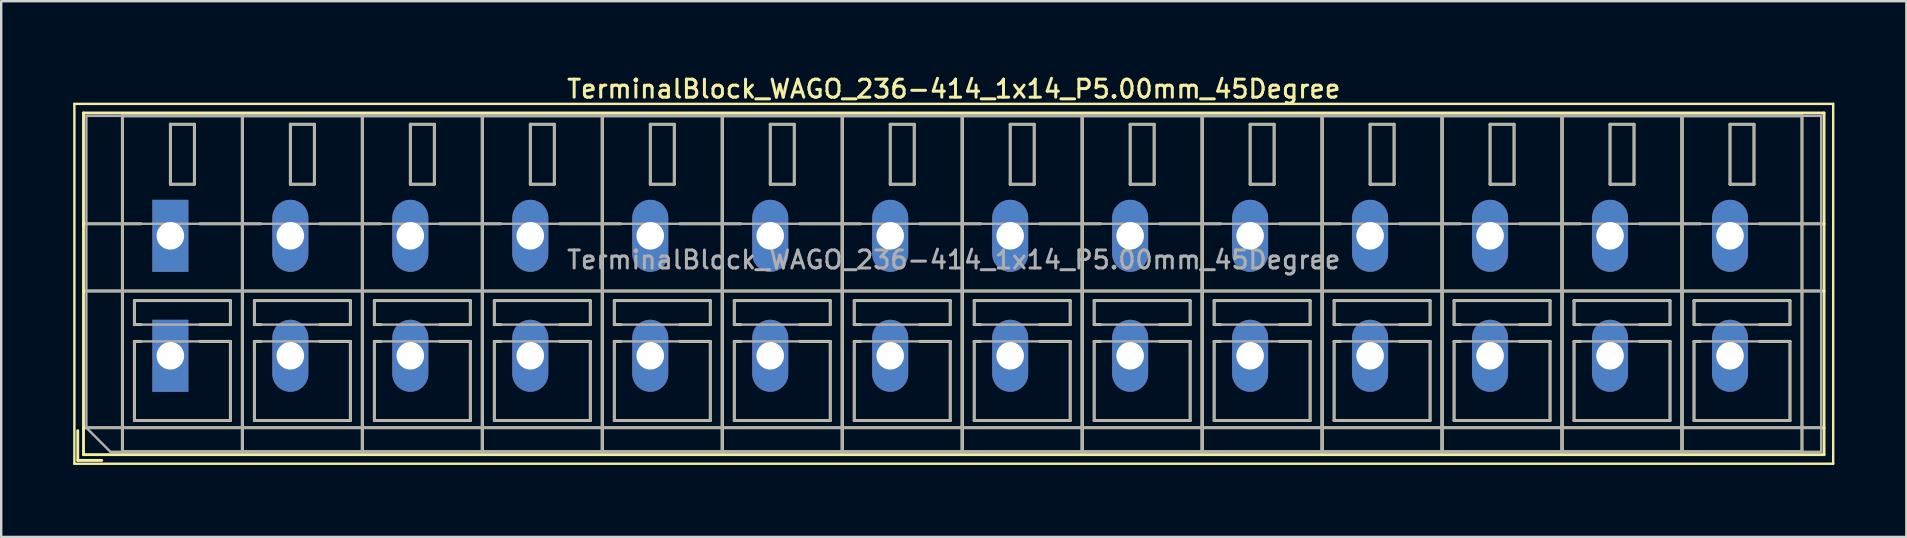
<source format=kicad_pcb>
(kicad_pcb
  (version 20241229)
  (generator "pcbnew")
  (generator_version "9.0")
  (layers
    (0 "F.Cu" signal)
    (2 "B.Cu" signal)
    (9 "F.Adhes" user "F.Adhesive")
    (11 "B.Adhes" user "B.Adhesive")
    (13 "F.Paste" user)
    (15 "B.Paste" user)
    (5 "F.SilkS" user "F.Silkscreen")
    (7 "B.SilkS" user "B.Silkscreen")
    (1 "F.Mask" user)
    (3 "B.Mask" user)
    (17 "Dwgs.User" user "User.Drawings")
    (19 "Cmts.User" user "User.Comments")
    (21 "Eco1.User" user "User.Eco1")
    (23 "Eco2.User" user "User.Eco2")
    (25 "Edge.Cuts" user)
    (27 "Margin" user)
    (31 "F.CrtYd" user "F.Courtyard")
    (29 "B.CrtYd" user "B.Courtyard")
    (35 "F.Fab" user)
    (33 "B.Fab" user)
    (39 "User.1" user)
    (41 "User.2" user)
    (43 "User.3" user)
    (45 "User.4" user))
  (footprint "TerminalBlock_WAGO_236-414_1x14_P5.00mm_45Degree"
    (layer "F.Cu")
    (at 4.05 6.778)
    (property "Reference" "TerminalBlock_WAGO_236-414_1x14_P5.00mm_45Degree" (at 32.65 -6.12 0) (layer "F.SilkS") (effects (font (size 0.75 0.75) (thickness 0.125))))
    (attr through_hole)
    (fp_line (start -4 -5.5) (end -4 9.5) (stroke (width 0.1) (type solid)) (layer "F.SilkS"))
    (fp_line (start -4 9.5) (end 69.3 9.5) (stroke (width 0.1) (type solid)) (layer "F.SilkS"))
    (fp_line (start -3.86 8.12) (end -3.86 9.36) (stroke (width 0.12) (type solid)) (layer "F.SilkS"))
    (fp_line (start -3.86 9.36) (end -2.86 9.36) (stroke (width 0.12) (type solid)) (layer "F.SilkS"))
    (fp_line (start -3.62 -5.12) (end -3.62 9.12) (stroke (width 0.12) (type solid)) (layer "F.SilkS"))
    (fp_line (start -3.62 -5.12) (end 68.92 -5.12) (stroke (width 0.12) (type solid)) (layer "F.SilkS"))
    (fp_line (start -3.62 -0.5) (end -1.23 -0.5) (stroke (width 0.12) (type solid)) (layer "F.SilkS"))
    (fp_line (start -3.62 2.3) (end 68.92 2.3) (stroke (width 0.12) (type solid)) (layer "F.SilkS"))
    (fp_line (start -3.62 8) (end 68.92 8) (stroke (width 0.12) (type solid)) (layer "F.SilkS"))
    (fp_line (start -3.62 9.12) (end 68.92 9.12) (stroke (width 0.12) (type solid)) (layer "F.SilkS"))
    (fp_line (start -2 -5) (end -2 9) (stroke (width 0.12) (type solid)) (layer "F.SilkS"))
    (fp_line (start -2 -5) (end 3 -5) (stroke (width 0.12) (type solid)) (layer "F.SilkS"))
    (fp_line (start -2 9) (end 3 9) (stroke (width 0.12) (type solid)) (layer "F.SilkS"))
    (fp_line (start -1.5 2.7) (end -1.5 3.7) (stroke (width 0.12) (type solid)) (layer "F.SilkS"))
    (fp_line (start -1.5 2.7) (end 2.5 2.7) (stroke (width 0.12) (type solid)) (layer "F.SilkS"))
    (fp_line (start -1.5 3.7) (end -1.23 3.7) (stroke (width 0.12) (type solid)) (layer "F.SilkS"))
    (fp_line (start -1.5 4.4) (end -1.5 7.7) (stroke (width 0.12) (type solid)) (layer "F.SilkS"))
    (fp_line (start -1.5 4.4) (end -1.23 4.4) (stroke (width 0.12) (type solid)) (layer "F.SilkS"))
    (fp_line (start -1.5 7.7) (end 2.5 7.7) (stroke (width 0.12) (type solid)) (layer "F.SilkS"))
    (fp_line (start 0 -4.65) (end 0 -2.151) (stroke (width 0.12) (type solid)) (layer "F.SilkS"))
    (fp_line (start 0 -4.65) (end 1 -4.65) (stroke (width 0.12) (type solid)) (layer "F.SilkS"))
    (fp_line (start 0 -2.151) (end 1 -2.151) (stroke (width 0.12) (type solid)) (layer "F.SilkS"))
    (fp_line (start 1 -4.65) (end 1 -2.151) (stroke (width 0.12) (type solid)) (layer "F.SilkS"))
    (fp_line (start 1.23 -0.5) (end 3.77 -0.5) (stroke (width 0.12) (type solid)) (layer "F.SilkS"))
    (fp_line (start 1.23 3.7) (end 2.5 3.7) (stroke (width 0.12) (type solid)) (layer "F.SilkS"))
    (fp_line (start 1.23 4.4) (end 2.5 4.4) (stroke (width 0.12) (type solid)) (layer "F.SilkS"))
    (fp_line (start 2.5 2.7) (end 2.5 3.7) (stroke (width 0.12) (type solid)) (layer "F.SilkS"))
    (fp_line (start 2.5 4.4) (end 2.5 7.7) (stroke (width 0.12) (type solid)) (layer "F.SilkS"))
    (fp_line (start 3 -5) (end 3 9) (stroke (width 0.12) (type solid)) (layer "F.SilkS"))
    (fp_line (start 3 -5) (end 3 9) (stroke (width 0.12) (type solid)) (layer "F.SilkS"))
    (fp_line (start 3 -5) (end 8 -5) (stroke (width 0.12) (type solid)) (layer "F.SilkS"))
    (fp_line (start 3 9) (end 8 9) (stroke (width 0.12) (type solid)) (layer "F.SilkS"))
    (fp_line (start 3.5 2.7) (end 3.5 3.7) (stroke (width 0.12) (type solid)) (layer "F.SilkS"))
    (fp_line (start 3.5 2.7) (end 7.5 2.7) (stroke (width 0.12) (type solid)) (layer "F.SilkS"))
    (fp_line (start 3.5 3.7) (end 3.77 3.7) (stroke (width 0.12) (type solid)) (layer "F.SilkS"))
    (fp_line (start 3.5 4.4) (end 3.5 7.7) (stroke (width 0.12) (type solid)) (layer "F.SilkS"))
    (fp_line (start 3.5 4.4) (end 3.77 4.4) (stroke (width 0.12) (type solid)) (layer "F.SilkS"))
    (fp_line (start 3.5 7.7) (end 7.5 7.7) (stroke (width 0.12) (type solid)) (layer "F.SilkS"))
    (fp_line (start 5 -4.65) (end 5 -2.151) (stroke (width 0.12) (type solid)) (layer "F.SilkS"))
    (fp_line (start 5 -4.65) (end 6 -4.65) (stroke (width 0.12) (type solid)) (layer "F.SilkS"))
    (fp_line (start 5 -2.151) (end 6 -2.151) (stroke (width 0.12) (type solid)) (layer "F.SilkS"))
    (fp_line (start 6 -4.65) (end 6 -2.151) (stroke (width 0.12) (type solid)) (layer "F.SilkS"))
    (fp_line (start 6.23 -0.5) (end 8.77 -0.5) (stroke (width 0.12) (type solid)) (layer "F.SilkS"))
    (fp_line (start 6.23 3.7) (end 7.5 3.7) (stroke (width 0.12) (type solid)) (layer "F.SilkS"))
    (fp_line (start 6.23 4.4) (end 7.5 4.4) (stroke (width 0.12) (type solid)) (layer "F.SilkS"))
    (fp_line (start 7.5 2.7) (end 7.5 3.7) (stroke (width 0.12) (type solid)) (layer "F.SilkS"))
    (fp_line (start 7.5 4.4) (end 7.5 7.7) (stroke (width 0.12) (type solid)) (layer "F.SilkS"))
    (fp_line (start 8 -5) (end 8 9) (stroke (width 0.12) (type solid)) (layer "F.SilkS"))
    (fp_line (start 8 -5) (end 8 9) (stroke (width 0.12) (type solid)) (layer "F.SilkS"))
    (fp_line (start 8 -5) (end 13 -5) (stroke (width 0.12) (type solid)) (layer "F.SilkS"))
    (fp_line (start 8 9) (end 13 9) (stroke (width 0.12) (type solid)) (layer "F.SilkS"))
    (fp_line (start 8.5 2.7) (end 8.5 3.7) (stroke (width 0.12) (type solid)) (layer "F.SilkS"))
    (fp_line (start 8.5 2.7) (end 12.5 2.7) (stroke (width 0.12) (type solid)) (layer "F.SilkS"))
    (fp_line (start 8.5 3.7) (end 8.77 3.7) (stroke (width 0.12) (type solid)) (layer "F.SilkS"))
    (fp_line (start 8.5 4.4) (end 8.5 7.7) (stroke (width 0.12) (type solid)) (layer "F.SilkS"))
    (fp_line (start 8.5 4.4) (end 8.77 4.4) (stroke (width 0.12) (type solid)) (layer "F.SilkS"))
    (fp_line (start 8.5 7.7) (end 12.5 7.7) (stroke (width 0.12) (type solid)) (layer "F.SilkS"))
    (fp_line (start 10 -4.65) (end 10 -2.151) (stroke (width 0.12) (type solid)) (layer "F.SilkS"))
    (fp_line (start 10 -4.65) (end 11 -4.65) (stroke (width 0.12) (type solid)) (layer "F.SilkS"))
    (fp_line (start 10 -2.151) (end 11 -2.151) (stroke (width 0.12) (type solid)) (layer "F.SilkS"))
    (fp_line (start 11 -4.65) (end 11 -2.151) (stroke (width 0.12) (type solid)) (layer "F.SilkS"))
    (fp_line (start 11.23 -0.5) (end 13.77 -0.5) (stroke (width 0.12) (type solid)) (layer "F.SilkS"))
    (fp_line (start 11.23 3.7) (end 12.5 3.7) (stroke (width 0.12) (type solid)) (layer "F.SilkS"))
    (fp_line (start 11.23 4.4) (end 12.5 4.4) (stroke (width 0.12) (type solid)) (layer "F.SilkS"))
    (fp_line (start 12.5 2.7) (end 12.5 3.7) (stroke (width 0.12) (type solid)) (layer "F.SilkS"))
    (fp_line (start 12.5 4.4) (end 12.5 7.7) (stroke (width 0.12) (type solid)) (layer "F.SilkS"))
    (fp_line (start 13 -5) (end 13 9) (stroke (width 0.12) (type solid)) (layer "F.SilkS"))
    (fp_line (start 13 -5) (end 13 9) (stroke (width 0.12) (type solid)) (layer "F.SilkS"))
    (fp_line (start 13 -5) (end 18 -5) (stroke (width 0.12) (type solid)) (layer "F.SilkS"))
    (fp_line (start 13 9) (end 18 9) (stroke (width 0.12) (type solid)) (layer "F.SilkS"))
    (fp_line (start 13.5 2.7) (end 13.5 3.7) (stroke (width 0.12) (type solid)) (layer "F.SilkS"))
    (fp_line (start 13.5 2.7) (end 17.5 2.7) (stroke (width 0.12) (type solid)) (layer "F.SilkS"))
    (fp_line (start 13.5 3.7) (end 13.77 3.7) (stroke (width 0.12) (type solid)) (layer "F.SilkS"))
    (fp_line (start 13.5 4.4) (end 13.5 7.7) (stroke (width 0.12) (type solid)) (layer "F.SilkS"))
    (fp_line (start 13.5 4.4) (end 13.77 4.4) (stroke (width 0.12) (type solid)) (layer "F.SilkS"))
    (fp_line (start 13.5 7.7) (end 17.5 7.7) (stroke (width 0.12) (type solid)) (layer "F.SilkS"))
    (fp_line (start 15 -4.65) (end 15 -2.151) (stroke (width 0.12) (type solid)) (layer "F.SilkS"))
    (fp_line (start 15 -4.65) (end 16 -4.65) (stroke (width 0.12) (type solid)) (layer "F.SilkS"))
    (fp_line (start 15 -2.151) (end 16 -2.151) (stroke (width 0.12) (type solid)) (layer "F.SilkS"))
    (fp_line (start 16 -4.65) (end 16 -2.151) (stroke (width 0.12) (type solid)) (layer "F.SilkS"))
    (fp_line (start 16.23 -0.5) (end 18.77 -0.5) (stroke (width 0.12) (type solid)) (layer "F.SilkS"))
    (fp_line (start 16.23 3.7) (end 17.5 3.7) (stroke (width 0.12) (type solid)) (layer "F.SilkS"))
    (fp_line (start 16.23 4.4) (end 17.5 4.4) (stroke (width 0.12) (type solid)) (layer "F.SilkS"))
    (fp_line (start 17.5 2.7) (end 17.5 3.7) (stroke (width 0.12) (type solid)) (layer "F.SilkS"))
    (fp_line (start 17.5 4.4) (end 17.5 7.7) (stroke (width 0.12) (type solid)) (layer "F.SilkS"))
    (fp_line (start 18 -5) (end 18 9) (stroke (width 0.12) (type solid)) (layer "F.SilkS"))
    (fp_line (start 18 -5) (end 18 9) (stroke (width 0.12) (type solid)) (layer "F.SilkS"))
    (fp_line (start 18 -5) (end 23 -5) (stroke (width 0.12) (type solid)) (layer "F.SilkS"))
    (fp_line (start 18 9) (end 23 9) (stroke (width 0.12) (type solid)) (layer "F.SilkS"))
    (fp_line (start 18.5 2.7) (end 18.5 3.7) (stroke (width 0.12) (type solid)) (layer "F.SilkS"))
    (fp_line (start 18.5 2.7) (end 22.5 2.7) (stroke (width 0.12) (type solid)) (layer "F.SilkS"))
    (fp_line (start 18.5 3.7) (end 18.77 3.7) (stroke (width 0.12) (type solid)) (layer "F.SilkS"))
    (fp_line (start 18.5 4.4) (end 18.5 7.7) (stroke (width 0.12) (type solid)) (layer "F.SilkS"))
    (fp_line (start 18.5 4.4) (end 18.77 4.4) (stroke (width 0.12) (type solid)) (layer "F.SilkS"))
    (fp_line (start 18.5 7.7) (end 22.5 7.7) (stroke (width 0.12) (type solid)) (layer "F.SilkS"))
    (fp_line (start 20 -4.65) (end 20 -2.151) (stroke (width 0.12) (type solid)) (layer "F.SilkS"))
    (fp_line (start 20 -4.65) (end 21 -4.65) (stroke (width 0.12) (type solid)) (layer "F.SilkS"))
    (fp_line (start 20 -2.151) (end 21 -2.151) (stroke (width 0.12) (type solid)) (layer "F.SilkS"))
    (fp_line (start 21 -4.65) (end 21 -2.151) (stroke (width 0.12) (type solid)) (layer "F.SilkS"))
    (fp_line (start 21.23 -0.5) (end 23.77 -0.5) (stroke (width 0.12) (type solid)) (layer "F.SilkS"))
    (fp_line (start 21.23 3.7) (end 22.5 3.7) (stroke (width 0.12) (type solid)) (layer "F.SilkS"))
    (fp_line (start 21.23 4.4) (end 22.5 4.4) (stroke (width 0.12) (type solid)) (layer "F.SilkS"))
    (fp_line (start 22.5 2.7) (end 22.5 3.7) (stroke (width 0.12) (type solid)) (layer "F.SilkS"))
    (fp_line (start 22.5 4.4) (end 22.5 7.7) (stroke (width 0.12) (type solid)) (layer "F.SilkS"))
    (fp_line (start 23 -5) (end 23 9) (stroke (width 0.12) (type solid)) (layer "F.SilkS"))
    (fp_line (start 23 -5) (end 23 9) (stroke (width 0.12) (type solid)) (layer "F.SilkS"))
    (fp_line (start 23 -5) (end 28 -5) (stroke (width 0.12) (type solid)) (layer "F.SilkS"))
    (fp_line (start 23 9) (end 28 9) (stroke (width 0.12) (type solid)) (layer "F.SilkS"))
    (fp_line (start 23.5 2.7) (end 23.5 3.7) (stroke (width 0.12) (type solid)) (layer "F.SilkS"))
    (fp_line (start 23.5 2.7) (end 27.5 2.7) (stroke (width 0.12) (type solid)) (layer "F.SilkS"))
    (fp_line (start 23.5 3.7) (end 23.77 3.7) (stroke (width 0.12) (type solid)) (layer "F.SilkS"))
    (fp_line (start 23.5 4.4) (end 23.5 7.7) (stroke (width 0.12) (type solid)) (layer "F.SilkS"))
    (fp_line (start 23.5 4.4) (end 23.77 4.4) (stroke (width 0.12) (type solid)) (layer "F.SilkS"))
    (fp_line (start 23.5 7.7) (end 27.5 7.7) (stroke (width 0.12) (type solid)) (layer "F.SilkS"))
    (fp_line (start 25 -4.65) (end 25 -2.151) (stroke (width 0.12) (type solid)) (layer "F.SilkS"))
    (fp_line (start 25 -4.65) (end 26 -4.65) (stroke (width 0.12) (type solid)) (layer "F.SilkS"))
    (fp_line (start 25 -2.151) (end 26 -2.151) (stroke (width 0.12) (type solid)) (layer "F.SilkS"))
    (fp_line (start 26 -4.65) (end 26 -2.151) (stroke (width 0.12) (type solid)) (layer "F.SilkS"))
    (fp_line (start 26.23 -0.5) (end 28.77 -0.5) (stroke (width 0.12) (type solid)) (layer "F.SilkS"))
    (fp_line (start 26.23 3.7) (end 27.5 3.7) (stroke (width 0.12) (type solid)) (layer "F.SilkS"))
    (fp_line (start 26.23 4.4) (end 27.5 4.4) (stroke (width 0.12) (type solid)) (layer "F.SilkS"))
    (fp_line (start 27.5 2.7) (end 27.5 3.7) (stroke (width 0.12) (type solid)) (layer "F.SilkS"))
    (fp_line (start 27.5 4.4) (end 27.5 7.7) (stroke (width 0.12) (type solid)) (layer "F.SilkS"))
    (fp_line (start 28 -5) (end 28 9) (stroke (width 0.12) (type solid)) (layer "F.SilkS"))
    (fp_line (start 28 -5) (end 28 9) (stroke (width 0.12) (type solid)) (layer "F.SilkS"))
    (fp_line (start 28 -5) (end 33 -5) (stroke (width 0.12) (type solid)) (layer "F.SilkS"))
    (fp_line (start 28 9) (end 33 9) (stroke (width 0.12) (type solid)) (layer "F.SilkS"))
    (fp_line (start 28.5 2.7) (end 28.5 3.7) (stroke (width 0.12) (type solid)) (layer "F.SilkS"))
    (fp_line (start 28.5 2.7) (end 32.5 2.7) (stroke (width 0.12) (type solid)) (layer "F.SilkS"))
    (fp_line (start 28.5 3.7) (end 28.77 3.7) (stroke (width 0.12) (type solid)) (layer "F.SilkS"))
    (fp_line (start 28.5 4.4) (end 28.5 7.7) (stroke (width 0.12) (type solid)) (layer "F.SilkS"))
    (fp_line (start 28.5 4.4) (end 28.77 4.4) (stroke (width 0.12) (type solid)) (layer "F.SilkS"))
    (fp_line (start 28.5 7.7) (end 32.5 7.7) (stroke (width 0.12) (type solid)) (layer "F.SilkS"))
    (fp_line (start 30 -4.65) (end 30 -2.151) (stroke (width 0.12) (type solid)) (layer "F.SilkS"))
    (fp_line (start 30 -4.65) (end 31 -4.65) (stroke (width 0.12) (type solid)) (layer "F.SilkS"))
    (fp_line (start 30 -2.151) (end 31 -2.151) (stroke (width 0.12) (type solid)) (layer "F.SilkS"))
    (fp_line (start 31 -4.65) (end 31 -2.151) (stroke (width 0.12) (type solid)) (layer "F.SilkS"))
    (fp_line (start 31.23 -0.5) (end 33.77 -0.5) (stroke (width 0.12) (type solid)) (layer "F.SilkS"))
    (fp_line (start 31.23 3.7) (end 32.5 3.7) (stroke (width 0.12) (type solid)) (layer "F.SilkS"))
    (fp_line (start 31.23 4.4) (end 32.5 4.4) (stroke (width 0.12) (type solid)) (layer "F.SilkS"))
    (fp_line (start 32.5 2.7) (end 32.5 3.7) (stroke (width 0.12) (type solid)) (layer "F.SilkS"))
    (fp_line (start 32.5 4.4) (end 32.5 7.7) (stroke (width 0.12) (type solid)) (layer "F.SilkS"))
    (fp_line (start 33 -5) (end 33 9) (stroke (width 0.12) (type solid)) (layer "F.SilkS"))
    (fp_line (start 33 -5) (end 33 9) (stroke (width 0.12) (type solid)) (layer "F.SilkS"))
    (fp_line (start 33 -5) (end 38 -5) (stroke (width 0.12) (type solid)) (layer "F.SilkS"))
    (fp_line (start 33 9) (end 38 9) (stroke (width 0.12) (type solid)) (layer "F.SilkS"))
    (fp_line (start 33.5 2.7) (end 33.5 3.7) (stroke (width 0.12) (type solid)) (layer "F.SilkS"))
    (fp_line (start 33.5 2.7) (end 37.5 2.7) (stroke (width 0.12) (type solid)) (layer "F.SilkS"))
    (fp_line (start 33.5 3.7) (end 33.77 3.7) (stroke (width 0.12) (type solid)) (layer "F.SilkS"))
    (fp_line (start 33.5 4.4) (end 33.5 7.7) (stroke (width 0.12) (type solid)) (layer "F.SilkS"))
    (fp_line (start 33.5 4.4) (end 33.77 4.4) (stroke (width 0.12) (type solid)) (layer "F.SilkS"))
    (fp_line (start 33.5 7.7) (end 37.5 7.7) (stroke (width 0.12) (type solid)) (layer "F.SilkS"))
    (fp_line (start 35 -4.65) (end 35 -2.151) (stroke (width 0.12) (type solid)) (layer "F.SilkS"))
    (fp_line (start 35 -4.65) (end 36 -4.65) (stroke (width 0.12) (type solid)) (layer "F.SilkS"))
    (fp_line (start 35 -2.151) (end 36 -2.151) (stroke (width 0.12) (type solid)) (layer "F.SilkS"))
    (fp_line (start 36 -4.65) (end 36 -2.151) (stroke (width 0.12) (type solid)) (layer "F.SilkS"))
    (fp_line (start 36.23 -0.5) (end 38.77 -0.5) (stroke (width 0.12) (type solid)) (layer "F.SilkS"))
    (fp_line (start 36.23 3.7) (end 37.5 3.7) (stroke (width 0.12) (type solid)) (layer "F.SilkS"))
    (fp_line (start 36.23 4.4) (end 37.5 4.4) (stroke (width 0.12) (type solid)) (layer "F.SilkS"))
    (fp_line (start 37.5 2.7) (end 37.5 3.7) (stroke (width 0.12) (type solid)) (layer "F.SilkS"))
    (fp_line (start 37.5 4.4) (end 37.5 7.7) (stroke (width 0.12) (type solid)) (layer "F.SilkS"))
    (fp_line (start 38 -5) (end 38 9) (stroke (width 0.12) (type solid)) (layer "F.SilkS"))
    (fp_line (start 38 -5) (end 38 9) (stroke (width 0.12) (type solid)) (layer "F.SilkS"))
    (fp_line (start 38 -5) (end 43 -5) (stroke (width 0.12) (type solid)) (layer "F.SilkS"))
    (fp_line (start 38 9) (end 43 9) (stroke (width 0.12) (type solid)) (layer "F.SilkS"))
    (fp_line (start 38.5 2.7) (end 38.5 3.7) (stroke (width 0.12) (type solid)) (layer "F.SilkS"))
    (fp_line (start 38.5 2.7) (end 42.5 2.7) (stroke (width 0.12) (type solid)) (layer "F.SilkS"))
    (fp_line (start 38.5 3.7) (end 38.77 3.7) (stroke (width 0.12) (type solid)) (layer "F.SilkS"))
    (fp_line (start 38.5 4.4) (end 38.5 7.7) (stroke (width 0.12) (type solid)) (layer "F.SilkS"))
    (fp_line (start 38.5 4.4) (end 38.77 4.4) (stroke (width 0.12) (type solid)) (layer "F.SilkS"))
    (fp_line (start 38.5 7.7) (end 42.5 7.7) (stroke (width 0.12) (type solid)) (layer "F.SilkS"))
    (fp_line (start 40 -4.65) (end 40 -2.151) (stroke (width 0.12) (type solid)) (layer "F.SilkS"))
    (fp_line (start 40 -4.65) (end 41 -4.65) (stroke (width 0.12) (type solid)) (layer "F.SilkS"))
    (fp_line (start 40 -2.151) (end 41 -2.151) (stroke (width 0.12) (type solid)) (layer "F.SilkS"))
    (fp_line (start 41 -4.65) (end 41 -2.151) (stroke (width 0.12) (type solid)) (layer "F.SilkS"))
    (fp_line (start 41.23 -0.5) (end 43.77 -0.5) (stroke (width 0.12) (type solid)) (layer "F.SilkS"))
    (fp_line (start 41.23 3.7) (end 42.5 3.7) (stroke (width 0.12) (type solid)) (layer "F.SilkS"))
    (fp_line (start 41.23 4.4) (end 42.5 4.4) (stroke (width 0.12) (type solid)) (layer "F.SilkS"))
    (fp_line (start 42.5 2.7) (end 42.5 3.7) (stroke (width 0.12) (type solid)) (layer "F.SilkS"))
    (fp_line (start 42.5 4.4) (end 42.5 7.7) (stroke (width 0.12) (type solid)) (layer "F.SilkS"))
    (fp_line (start 43 -5) (end 43 9) (stroke (width 0.12) (type solid)) (layer "F.SilkS"))
    (fp_line (start 43 -5) (end 43 9) (stroke (width 0.12) (type solid)) (layer "F.SilkS"))
    (fp_line (start 43 -5) (end 48 -5) (stroke (width 0.12) (type solid)) (layer "F.SilkS"))
    (fp_line (start 43 9) (end 48 9) (stroke (width 0.12) (type solid)) (layer "F.SilkS"))
    (fp_line (start 43.5 2.7) (end 43.5 3.7) (stroke (width 0.12) (type solid)) (layer "F.SilkS"))
    (fp_line (start 43.5 2.7) (end 47.5 2.7) (stroke (width 0.12) (type solid)) (layer "F.SilkS"))
    (fp_line (start 43.5 3.7) (end 43.77 3.7) (stroke (width 0.12) (type solid)) (layer "F.SilkS"))
    (fp_line (start 43.5 4.4) (end 43.5 7.7) (stroke (width 0.12) (type solid)) (layer "F.SilkS"))
    (fp_line (start 43.5 4.4) (end 43.77 4.4) (stroke (width 0.12) (type solid)) (layer "F.SilkS"))
    (fp_line (start 43.5 7.7) (end 47.5 7.7) (stroke (width 0.12) (type solid)) (layer "F.SilkS"))
    (fp_line (start 45 -4.65) (end 45 -2.151) (stroke (width 0.12) (type solid)) (layer "F.SilkS"))
    (fp_line (start 45 -4.65) (end 46 -4.65) (stroke (width 0.12) (type solid)) (layer "F.SilkS"))
    (fp_line (start 45 -2.151) (end 46 -2.151) (stroke (width 0.12) (type solid)) (layer "F.SilkS"))
    (fp_line (start 46 -4.65) (end 46 -2.151) (stroke (width 0.12) (type solid)) (layer "F.SilkS"))
    (fp_line (start 46.23 -0.5) (end 48.77 -0.5) (stroke (width 0.12) (type solid)) (layer "F.SilkS"))
    (fp_line (start 46.23 3.7) (end 47.5 3.7) (stroke (width 0.12) (type solid)) (layer "F.SilkS"))
    (fp_line (start 46.23 4.4) (end 47.5 4.4) (stroke (width 0.12) (type solid)) (layer "F.SilkS"))
    (fp_line (start 47.5 2.7) (end 47.5 3.7) (stroke (width 0.12) (type solid)) (layer "F.SilkS"))
    (fp_line (start 47.5 4.4) (end 47.5 7.7) (stroke (width 0.12) (type solid)) (layer "F.SilkS"))
    (fp_line (start 48 -5) (end 48 9) (stroke (width 0.12) (type solid)) (layer "F.SilkS"))
    (fp_line (start 48 -5) (end 48 9) (stroke (width 0.12) (type solid)) (layer "F.SilkS"))
    (fp_line (start 48 -5) (end 53 -5) (stroke (width 0.12) (type solid)) (layer "F.SilkS"))
    (fp_line (start 48 9) (end 53 9) (stroke (width 0.12) (type solid)) (layer "F.SilkS"))
    (fp_line (start 48.5 2.7) (end 48.5 3.7) (stroke (width 0.12) (type solid)) (layer "F.SilkS"))
    (fp_line (start 48.5 2.7) (end 52.5 2.7) (stroke (width 0.12) (type solid)) (layer "F.SilkS"))
    (fp_line (start 48.5 3.7) (end 48.77 3.7) (stroke (width 0.12) (type solid)) (layer "F.SilkS"))
    (fp_line (start 48.5 4.4) (end 48.5 7.7) (stroke (width 0.12) (type solid)) (layer "F.SilkS"))
    (fp_line (start 48.5 4.4) (end 48.77 4.4) (stroke (width 0.12) (type solid)) (layer "F.SilkS"))
    (fp_line (start 48.5 7.7) (end 52.5 7.7) (stroke (width 0.12) (type solid)) (layer "F.SilkS"))
    (fp_line (start 50 -4.65) (end 50 -2.151) (stroke (width 0.12) (type solid)) (layer "F.SilkS"))
    (fp_line (start 50 -4.65) (end 51 -4.65) (stroke (width 0.12) (type solid)) (layer "F.SilkS"))
    (fp_line (start 50 -2.151) (end 51 -2.151) (stroke (width 0.12) (type solid)) (layer "F.SilkS"))
    (fp_line (start 51 -4.65) (end 51 -2.151) (stroke (width 0.12) (type solid)) (layer "F.SilkS"))
    (fp_line (start 51.23 -0.5) (end 53.77 -0.5) (stroke (width 0.12) (type solid)) (layer "F.SilkS"))
    (fp_line (start 51.23 3.7) (end 52.5 3.7) (stroke (width 0.12) (type solid)) (layer "F.SilkS"))
    (fp_line (start 51.23 4.4) (end 52.5 4.4) (stroke (width 0.12) (type solid)) (layer "F.SilkS"))
    (fp_line (start 52.5 2.7) (end 52.5 3.7) (stroke (width 0.12) (type solid)) (layer "F.SilkS"))
    (fp_line (start 52.5 4.4) (end 52.5 7.7) (stroke (width 0.12) (type solid)) (layer "F.SilkS"))
    (fp_line (start 53 -5) (end 53 9) (stroke (width 0.12) (type solid)) (layer "F.SilkS"))
    (fp_line (start 53 -5) (end 53 9) (stroke (width 0.12) (type solid)) (layer "F.SilkS"))
    (fp_line (start 53 -5) (end 58 -5) (stroke (width 0.12) (type solid)) (layer "F.SilkS"))
    (fp_line (start 53 9) (end 58 9) (stroke (width 0.12) (type solid)) (layer "F.SilkS"))
    (fp_line (start 53.5 2.7) (end 53.5 3.7) (stroke (width 0.12) (type solid)) (layer "F.SilkS"))
    (fp_line (start 53.5 2.7) (end 57.5 2.7) (stroke (width 0.12) (type solid)) (layer "F.SilkS"))
    (fp_line (start 53.5 3.7) (end 53.77 3.7) (stroke (width 0.12) (type solid)) (layer "F.SilkS"))
    (fp_line (start 53.5 4.4) (end 53.5 7.7) (stroke (width 0.12) (type solid)) (layer "F.SilkS"))
    (fp_line (start 53.5 4.4) (end 53.77 4.4) (stroke (width 0.12) (type solid)) (layer "F.SilkS"))
    (fp_line (start 53.5 7.7) (end 57.5 7.7) (stroke (width 0.12) (type solid)) (layer "F.SilkS"))
    (fp_line (start 55 -4.65) (end 55 -2.151) (stroke (width 0.12) (type solid)) (layer "F.SilkS"))
    (fp_line (start 55 -4.65) (end 56 -4.65) (stroke (width 0.12) (type solid)) (layer "F.SilkS"))
    (fp_line (start 55 -2.151) (end 56 -2.151) (stroke (width 0.12) (type solid)) (layer "F.SilkS"))
    (fp_line (start 56 -4.65) (end 56 -2.151) (stroke (width 0.12) (type solid)) (layer "F.SilkS"))
    (fp_line (start 56.23 -0.5) (end 58.77 -0.5) (stroke (width 0.12) (type solid)) (layer "F.SilkS"))
    (fp_line (start 56.23 3.7) (end 57.5 3.7) (stroke (width 0.12) (type solid)) (layer "F.SilkS"))
    (fp_line (start 56.23 4.4) (end 57.5 4.4) (stroke (width 0.12) (type solid)) (layer "F.SilkS"))
    (fp_line (start 57.5 2.7) (end 57.5 3.7) (stroke (width 0.12) (type solid)) (layer "F.SilkS"))
    (fp_line (start 57.5 4.4) (end 57.5 7.7) (stroke (width 0.12) (type solid)) (layer "F.SilkS"))
    (fp_line (start 58 -5) (end 58 9) (stroke (width 0.12) (type solid)) (layer "F.SilkS"))
    (fp_line (start 58 -5) (end 58 9) (stroke (width 0.12) (type solid)) (layer "F.SilkS"))
    (fp_line (start 58 -5) (end 63 -5) (stroke (width 0.12) (type solid)) (layer "F.SilkS"))
    (fp_line (start 58 9) (end 63 9) (stroke (width 0.12) (type solid)) (layer "F.SilkS"))
    (fp_line (start 58.5 2.7) (end 58.5 3.7) (stroke (width 0.12) (type solid)) (layer "F.SilkS"))
    (fp_line (start 58.5 2.7) (end 62.5 2.7) (stroke (width 0.12) (type solid)) (layer "F.SilkS"))
    (fp_line (start 58.5 3.7) (end 58.77 3.7) (stroke (width 0.12) (type solid)) (layer "F.SilkS"))
    (fp_line (start 58.5 4.4) (end 58.5 7.7) (stroke (width 0.12) (type solid)) (layer "F.SilkS"))
    (fp_line (start 58.5 4.4) (end 58.77 4.4) (stroke (width 0.12) (type solid)) (layer "F.SilkS"))
    (fp_line (start 58.5 7.7) (end 62.5 7.7) (stroke (width 0.12) (type solid)) (layer "F.SilkS"))
    (fp_line (start 60 -4.65) (end 60 -2.151) (stroke (width 0.12) (type solid)) (layer "F.SilkS"))
    (fp_line (start 60 -4.65) (end 61 -4.65) (stroke (width 0.12) (type solid)) (layer "F.SilkS"))
    (fp_line (start 60 -2.151) (end 61 -2.151) (stroke (width 0.12) (type solid)) (layer "F.SilkS"))
    (fp_line (start 61 -4.65) (end 61 -2.151) (stroke (width 0.12) (type solid)) (layer "F.SilkS"))
    (fp_line (start 61.23 -0.5) (end 63.77 -0.5) (stroke (width 0.12) (type solid)) (layer "F.SilkS"))
    (fp_line (start 61.23 3.7) (end 62.5 3.7) (stroke (width 0.12) (type solid)) (layer "F.SilkS"))
    (fp_line (start 61.23 4.4) (end 62.5 4.4) (stroke (width 0.12) (type solid)) (layer "F.SilkS"))
    (fp_line (start 62.5 2.7) (end 62.5 3.7) (stroke (width 0.12) (type solid)) (layer "F.SilkS"))
    (fp_line (start 62.5 4.4) (end 62.5 7.7) (stroke (width 0.12) (type solid)) (layer "F.SilkS"))
    (fp_line (start 63 -5) (end 63 9) (stroke (width 0.12) (type solid)) (layer "F.SilkS"))
    (fp_line (start 63 -5) (end 63 9) (stroke (width 0.12) (type solid)) (layer "F.SilkS"))
    (fp_line (start 63 -5) (end 68 -5) (stroke (width 0.12) (type solid)) (layer "F.SilkS"))
    (fp_line (start 63 9) (end 68 9) (stroke (width 0.12) (type solid)) (layer "F.SilkS"))
    (fp_line (start 63.5 2.7) (end 63.5 3.7) (stroke (width 0.12) (type solid)) (layer "F.SilkS"))
    (fp_line (start 63.5 2.7) (end 67.5 2.7) (stroke (width 0.12) (type solid)) (layer "F.SilkS"))
    (fp_line (start 63.5 3.7) (end 63.77 3.7) (stroke (width 0.12) (type solid)) (layer "F.SilkS"))
    (fp_line (start 63.5 4.4) (end 63.5 7.7) (stroke (width 0.12) (type solid)) (layer "F.SilkS"))
    (fp_line (start 63.5 4.4) (end 63.77 4.4) (stroke (width 0.12) (type solid)) (layer "F.SilkS"))
    (fp_line (start 63.5 7.7) (end 67.5 7.7) (stroke (width 0.12) (type solid)) (layer "F.SilkS"))
    (fp_line (start 65 -4.65) (end 65 -2.151) (stroke (width 0.12) (type solid)) (layer "F.SilkS"))
    (fp_line (start 65 -4.65) (end 66 -4.65) (stroke (width 0.12) (type solid)) (layer "F.SilkS"))
    (fp_line (start 65 -2.151) (end 66 -2.151) (stroke (width 0.12) (type solid)) (layer "F.SilkS"))
    (fp_line (start 66 -4.65) (end 66 -2.151) (stroke (width 0.12) (type solid)) (layer "F.SilkS"))
    (fp_line (start 66.23 -0.5) (end 68.92 -0.5) (stroke (width 0.12) (type solid)) (layer "F.SilkS"))
    (fp_line (start 66.23 3.7) (end 67.5 3.7) (stroke (width 0.12) (type solid)) (layer "F.SilkS"))
    (fp_line (start 66.23 4.4) (end 67.5 4.4) (stroke (width 0.12) (type solid)) (layer "F.SilkS"))
    (fp_line (start 67.5 2.7) (end 67.5 3.7) (stroke (width 0.12) (type solid)) (layer "F.SilkS"))
    (fp_line (start 67.5 4.4) (end 67.5 7.7) (stroke (width 0.12) (type solid)) (layer "F.SilkS"))
    (fp_line (start 68 -5) (end 68 9) (stroke (width 0.12) (type solid)) (layer "F.SilkS"))
    (fp_line (start 68.92 -5.12) (end 68.92 9.12) (stroke (width 0.12) (type solid)) (layer "F.SilkS"))
    (fp_line (start 69.3 -5.5) (end -4 -5.5) (stroke (width 0.1) (type solid)) (layer "F.SilkS"))
    (fp_line (start 69.3 9.5) (end 69.3 -5.5) (stroke (width 0.1) (type solid)) (layer "F.SilkS"))
    (fp_line (start -3.5 -5) (end 68.8 -5) (stroke (width 0.1) (type solid)) (layer "F.Fab"))
    (fp_line (start -3.5 -0.5) (end 68.8 -0.5) (stroke (width 0.1) (type solid)) (layer "F.Fab"))
    (fp_line (start -3.5 2.3) (end 68.8 2.3) (stroke (width 0.1) (type solid)) (layer "F.Fab"))
    (fp_line (start -3.5 8) (end -3.5 -5) (stroke (width 0.1) (type solid)) (layer "F.Fab"))
    (fp_line (start -3.5 8) (end 68.8 8) (stroke (width 0.1) (type solid)) (layer "F.Fab"))
    (fp_line (start -2.5 9) (end -3.5 8) (stroke (width 0.1) (type solid)) (layer "F.Fab"))
    (fp_line (start -2 -5) (end -2 9) (stroke (width 0.1) (type solid)) (layer "F.Fab"))
    (fp_line (start -2 9) (end 3 9) (stroke (width 0.1) (type solid)) (layer "F.Fab"))
    (fp_line (start -1.5 2.7) (end -1.5 3.7) (stroke (width 0.1) (type solid)) (layer "F.Fab"))
    (fp_line (start -1.5 3.7) (end 2.5 3.7) (stroke (width 0.1) (type solid)) (layer "F.Fab"))
    (fp_line (start -1.5 4.4) (end -1.5 7.7) (stroke (width 0.1) (type solid)) (layer "F.Fab"))
    (fp_line (start -1.5 7.7) (end 2.5 7.7) (stroke (width 0.1) (type solid)) (layer "F.Fab"))
    (fp_line (start 0 -4.65) (end 0 -2.15) (stroke (width 0.1) (type solid)) (layer "F.Fab"))
    (fp_line (start 0 -2.15) (end 1 -2.15) (stroke (width 0.1) (type solid)) (layer "F.Fab"))
    (fp_line (start 1 -4.65) (end 0 -4.65) (stroke (width 0.1) (type solid)) (layer "F.Fab"))
    (fp_line (start 1 -2.15) (end 1 -4.65) (stroke (width 0.1) (type solid)) (layer "F.Fab"))
    (fp_line (start 2.5 2.7) (end -1.5 2.7) (stroke (width 0.1) (type solid)) (layer "F.Fab"))
    (fp_line (start 2.5 3.7) (end 2.5 2.7) (stroke (width 0.1) (type solid)) (layer "F.Fab"))
    (fp_line (start 2.5 4.4) (end -1.5 4.4) (stroke (width 0.1) (type solid)) (layer "F.Fab"))
    (fp_line (start 2.5 7.7) (end 2.5 4.4) (stroke (width 0.1) (type solid)) (layer "F.Fab"))
    (fp_line (start 3 -5) (end -2 -5) (stroke (width 0.1) (type solid)) (layer "F.Fab"))
    (fp_line (start 3 -5) (end 3 9) (stroke (width 0.1) (type solid)) (layer "F.Fab"))
    (fp_line (start 3 9) (end 3 -5) (stroke (width 0.1) (type solid)) (layer "F.Fab"))
    (fp_line (start 3 9) (end 8 9) (stroke (width 0.1) (type solid)) (layer "F.Fab"))
    (fp_line (start 3.5 2.7) (end 3.5 3.7) (stroke (width 0.1) (type solid)) (layer "F.Fab"))
    (fp_line (start 3.5 3.7) (end 7.5 3.7) (stroke (width 0.1) (type solid)) (layer "F.Fab"))
    (fp_line (start 3.5 4.4) (end 3.5 7.7) (stroke (width 0.1) (type solid)) (layer "F.Fab"))
    (fp_line (start 3.5 7.7) (end 7.5 7.7) (stroke (width 0.1) (type solid)) (layer "F.Fab"))
    (fp_line (start 5 -4.65) (end 5 -2.15) (stroke (width 0.1) (type solid)) (layer "F.Fab"))
    (fp_line (start 5 -2.15) (end 6 -2.15) (stroke (width 0.1) (type solid)) (layer "F.Fab"))
    (fp_line (start 6 -4.65) (end 5 -4.65) (stroke (width 0.1) (type solid)) (layer "F.Fab"))
    (fp_line (start 6 -2.15) (end 6 -4.65) (stroke (width 0.1) (type solid)) (layer "F.Fab"))
    (fp_line (start 7.5 2.7) (end 3.5 2.7) (stroke (width 0.1) (type solid)) (layer "F.Fab"))
    (fp_line (start 7.5 3.7) (end 7.5 2.7) (stroke (width 0.1) (type solid)) (layer "F.Fab"))
    (fp_line (start 7.5 4.4) (end 3.5 4.4) (stroke (width 0.1) (type solid)) (layer "F.Fab"))
    (fp_line (start 7.5 7.7) (end 7.5 4.4) (stroke (width 0.1) (type solid)) (layer "F.Fab"))
    (fp_line (start 8 -5) (end 3 -5) (stroke (width 0.1) (type solid)) (layer "F.Fab"))
    (fp_line (start 8 -5) (end 8 9) (stroke (width 0.1) (type solid)) (layer "F.Fab"))
    (fp_line (start 8 9) (end 8 -5) (stroke (width 0.1) (type solid)) (layer "F.Fab"))
    (fp_line (start 8 9) (end 13 9) (stroke (width 0.1) (type solid)) (layer "F.Fab"))
    (fp_line (start 8.5 2.7) (end 8.5 3.7) (stroke (width 0.1) (type solid)) (layer "F.Fab"))
    (fp_line (start 8.5 3.7) (end 12.5 3.7) (stroke (width 0.1) (type solid)) (layer "F.Fab"))
    (fp_line (start 8.5 4.4) (end 8.5 7.7) (stroke (width 0.1) (type solid)) (layer "F.Fab"))
    (fp_line (start 8.5 7.7) (end 12.5 7.7) (stroke (width 0.1) (type solid)) (layer "F.Fab"))
    (fp_line (start 10 -4.65) (end 10 -2.15) (stroke (width 0.1) (type solid)) (layer "F.Fab"))
    (fp_line (start 10 -2.15) (end 11 -2.15) (stroke (width 0.1) (type solid)) (layer "F.Fab"))
    (fp_line (start 11 -4.65) (end 10 -4.65) (stroke (width 0.1) (type solid)) (layer "F.Fab"))
    (fp_line (start 11 -2.15) (end 11 -4.65) (stroke (width 0.1) (type solid)) (layer "F.Fab"))
    (fp_line (start 12.5 2.7) (end 8.5 2.7) (stroke (width 0.1) (type solid)) (layer "F.Fab"))
    (fp_line (start 12.5 3.7) (end 12.5 2.7) (stroke (width 0.1) (type solid)) (layer "F.Fab"))
    (fp_line (start 12.5 4.4) (end 8.5 4.4) (stroke (width 0.1) (type solid)) (layer "F.Fab"))
    (fp_line (start 12.5 7.7) (end 12.5 4.4) (stroke (width 0.1) (type solid)) (layer "F.Fab"))
    (fp_line (start 13 -5) (end 8 -5) (stroke (width 0.1) (type solid)) (layer "F.Fab"))
    (fp_line (start 13 -5) (end 13 9) (stroke (width 0.1) (type solid)) (layer "F.Fab"))
    (fp_line (start 13 9) (end 13 -5) (stroke (width 0.1) (type solid)) (layer "F.Fab"))
    (fp_line (start 13 9) (end 18 9) (stroke (width 0.1) (type solid)) (layer "F.Fab"))
    (fp_line (start 13.5 2.7) (end 13.5 3.7) (stroke (width 0.1) (type solid)) (layer "F.Fab"))
    (fp_line (start 13.5 3.7) (end 17.5 3.7) (stroke (width 0.1) (type solid)) (layer "F.Fab"))
    (fp_line (start 13.5 4.4) (end 13.5 7.7) (stroke (width 0.1) (type solid)) (layer "F.Fab"))
    (fp_line (start 13.5 7.7) (end 17.5 7.7) (stroke (width 0.1) (type solid)) (layer "F.Fab"))
    (fp_line (start 15 -4.65) (end 15 -2.15) (stroke (width 0.1) (type solid)) (layer "F.Fab"))
    (fp_line (start 15 -2.15) (end 16 -2.15) (stroke (width 0.1) (type solid)) (layer "F.Fab"))
    (fp_line (start 16 -4.65) (end 15 -4.65) (stroke (width 0.1) (type solid)) (layer "F.Fab"))
    (fp_line (start 16 -2.15) (end 16 -4.65) (stroke (width 0.1) (type solid)) (layer "F.Fab"))
    (fp_line (start 17.5 2.7) (end 13.5 2.7) (stroke (width 0.1) (type solid)) (layer "F.Fab"))
    (fp_line (start 17.5 3.7) (end 17.5 2.7) (stroke (width 0.1) (type solid)) (layer "F.Fab"))
    (fp_line (start 17.5 4.4) (end 13.5 4.4) (stroke (width 0.1) (type solid)) (layer "F.Fab"))
    (fp_line (start 17.5 7.7) (end 17.5 4.4) (stroke (width 0.1) (type solid)) (layer "F.Fab"))
    (fp_line (start 18 -5) (end 13 -5) (stroke (width 0.1) (type solid)) (layer "F.Fab"))
    (fp_line (start 18 -5) (end 18 9) (stroke (width 0.1) (type solid)) (layer "F.Fab"))
    (fp_line (start 18 9) (end 18 -5) (stroke (width 0.1) (type solid)) (layer "F.Fab"))
    (fp_line (start 18 9) (end 23 9) (stroke (width 0.1) (type solid)) (layer "F.Fab"))
    (fp_line (start 18.5 2.7) (end 18.5 3.7) (stroke (width 0.1) (type solid)) (layer "F.Fab"))
    (fp_line (start 18.5 3.7) (end 22.5 3.7) (stroke (width 0.1) (type solid)) (layer "F.Fab"))
    (fp_line (start 18.5 4.4) (end 18.5 7.7) (stroke (width 0.1) (type solid)) (layer "F.Fab"))
    (fp_line (start 18.5 7.7) (end 22.5 7.7) (stroke (width 0.1) (type solid)) (layer "F.Fab"))
    (fp_line (start 20 -4.65) (end 20 -2.15) (stroke (width 0.1) (type solid)) (layer "F.Fab"))
    (fp_line (start 20 -2.15) (end 21 -2.15) (stroke (width 0.1) (type solid)) (layer "F.Fab"))
    (fp_line (start 21 -4.65) (end 20 -4.65) (stroke (width 0.1) (type solid)) (layer "F.Fab"))
    (fp_line (start 21 -2.15) (end 21 -4.65) (stroke (width 0.1) (type solid)) (layer "F.Fab"))
    (fp_line (start 22.5 2.7) (end 18.5 2.7) (stroke (width 0.1) (type solid)) (layer "F.Fab"))
    (fp_line (start 22.5 3.7) (end 22.5 2.7) (stroke (width 0.1) (type solid)) (layer "F.Fab"))
    (fp_line (start 22.5 4.4) (end 18.5 4.4) (stroke (width 0.1) (type solid)) (layer "F.Fab"))
    (fp_line (start 22.5 7.7) (end 22.5 4.4) (stroke (width 0.1) (type solid)) (layer "F.Fab"))
    (fp_line (start 23 -5) (end 18 -5) (stroke (width 0.1) (type solid)) (layer "F.Fab"))
    (fp_line (start 23 -5) (end 23 9) (stroke (width 0.1) (type solid)) (layer "F.Fab"))
    (fp_line (start 23 9) (end 23 -5) (stroke (width 0.1) (type solid)) (layer "F.Fab"))
    (fp_line (start 23 9) (end 28 9) (stroke (width 0.1) (type solid)) (layer "F.Fab"))
    (fp_line (start 23.5 2.7) (end 23.5 3.7) (stroke (width 0.1) (type solid)) (layer "F.Fab"))
    (fp_line (start 23.5 3.7) (end 27.5 3.7) (stroke (width 0.1) (type solid)) (layer "F.Fab"))
    (fp_line (start 23.5 4.4) (end 23.5 7.7) (stroke (width 0.1) (type solid)) (layer "F.Fab"))
    (fp_line (start 23.5 7.7) (end 27.5 7.7) (stroke (width 0.1) (type solid)) (layer "F.Fab"))
    (fp_line (start 25 -4.65) (end 25 -2.15) (stroke (width 0.1) (type solid)) (layer "F.Fab"))
    (fp_line (start 25 -2.15) (end 26 -2.15) (stroke (width 0.1) (type solid)) (layer "F.Fab"))
    (fp_line (start 26 -4.65) (end 25 -4.65) (stroke (width 0.1) (type solid)) (layer "F.Fab"))
    (fp_line (start 26 -2.15) (end 26 -4.65) (stroke (width 0.1) (type solid)) (layer "F.Fab"))
    (fp_line (start 27.5 2.7) (end 23.5 2.7) (stroke (width 0.1) (type solid)) (layer "F.Fab"))
    (fp_line (start 27.5 3.7) (end 27.5 2.7) (stroke (width 0.1) (type solid)) (layer "F.Fab"))
    (fp_line (start 27.5 4.4) (end 23.5 4.4) (stroke (width 0.1) (type solid)) (layer "F.Fab"))
    (fp_line (start 27.5 7.7) (end 27.5 4.4) (stroke (width 0.1) (type solid)) (layer "F.Fab"))
    (fp_line (start 28 -5) (end 23 -5) (stroke (width 0.1) (type solid)) (layer "F.Fab"))
    (fp_line (start 28 -5) (end 28 9) (stroke (width 0.1) (type solid)) (layer "F.Fab"))
    (fp_line (start 28 9) (end 28 -5) (stroke (width 0.1) (type solid)) (layer "F.Fab"))
    (fp_line (start 28 9) (end 33 9) (stroke (width 0.1) (type solid)) (layer "F.Fab"))
    (fp_line (start 28.5 2.7) (end 28.5 3.7) (stroke (width 0.1) (type solid)) (layer "F.Fab"))
    (fp_line (start 28.5 3.7) (end 32.5 3.7) (stroke (width 0.1) (type solid)) (layer "F.Fab"))
    (fp_line (start 28.5 4.4) (end 28.5 7.7) (stroke (width 0.1) (type solid)) (layer "F.Fab"))
    (fp_line (start 28.5 7.7) (end 32.5 7.7) (stroke (width 0.1) (type solid)) (layer "F.Fab"))
    (fp_line (start 30 -4.65) (end 30 -2.15) (stroke (width 0.1) (type solid)) (layer "F.Fab"))
    (fp_line (start 30 -2.15) (end 31 -2.15) (stroke (width 0.1) (type solid)) (layer "F.Fab"))
    (fp_line (start 31 -4.65) (end 30 -4.65) (stroke (width 0.1) (type solid)) (layer "F.Fab"))
    (fp_line (start 31 -2.15) (end 31 -4.65) (stroke (width 0.1) (type solid)) (layer "F.Fab"))
    (fp_line (start 32.5 2.7) (end 28.5 2.7) (stroke (width 0.1) (type solid)) (layer "F.Fab"))
    (fp_line (start 32.5 3.7) (end 32.5 2.7) (stroke (width 0.1) (type solid)) (layer "F.Fab"))
    (fp_line (start 32.5 4.4) (end 28.5 4.4) (stroke (width 0.1) (type solid)) (layer "F.Fab"))
    (fp_line (start 32.5 7.7) (end 32.5 4.4) (stroke (width 0.1) (type solid)) (layer "F.Fab"))
    (fp_line (start 33 -5) (end 28 -5) (stroke (width 0.1) (type solid)) (layer "F.Fab"))
    (fp_line (start 33 -5) (end 33 9) (stroke (width 0.1) (type solid)) (layer "F.Fab"))
    (fp_line (start 33 9) (end 33 -5) (stroke (width 0.1) (type solid)) (layer "F.Fab"))
    (fp_line (start 33 9) (end 38 9) (stroke (width 0.1) (type solid)) (layer "F.Fab"))
    (fp_line (start 33.5 2.7) (end 33.5 3.7) (stroke (width 0.1) (type solid)) (layer "F.Fab"))
    (fp_line (start 33.5 3.7) (end 37.5 3.7) (stroke (width 0.1) (type solid)) (layer "F.Fab"))
    (fp_line (start 33.5 4.4) (end 33.5 7.7) (stroke (width 0.1) (type solid)) (layer "F.Fab"))
    (fp_line (start 33.5 7.7) (end 37.5 7.7) (stroke (width 0.1) (type solid)) (layer "F.Fab"))
    (fp_line (start 35 -4.65) (end 35 -2.15) (stroke (width 0.1) (type solid)) (layer "F.Fab"))
    (fp_line (start 35 -2.15) (end 36 -2.15) (stroke (width 0.1) (type solid)) (layer "F.Fab"))
    (fp_line (start 36 -4.65) (end 35 -4.65) (stroke (width 0.1) (type solid)) (layer "F.Fab"))
    (fp_line (start 36 -2.15) (end 36 -4.65) (stroke (width 0.1) (type solid)) (layer "F.Fab"))
    (fp_line (start 37.5 2.7) (end 33.5 2.7) (stroke (width 0.1) (type solid)) (layer "F.Fab"))
    (fp_line (start 37.5 3.7) (end 37.5 2.7) (stroke (width 0.1) (type solid)) (layer "F.Fab"))
    (fp_line (start 37.5 4.4) (end 33.5 4.4) (stroke (width 0.1) (type solid)) (layer "F.Fab"))
    (fp_line (start 37.5 7.7) (end 37.5 4.4) (stroke (width 0.1) (type solid)) (layer "F.Fab"))
    (fp_line (start 38 -5) (end 33 -5) (stroke (width 0.1) (type solid)) (layer "F.Fab"))
    (fp_line (start 38 -5) (end 38 9) (stroke (width 0.1) (type solid)) (layer "F.Fab"))
    (fp_line (start 38 9) (end 38 -5) (stroke (width 0.1) (type solid)) (layer "F.Fab"))
    (fp_line (start 38 9) (end 43 9) (stroke (width 0.1) (type solid)) (layer "F.Fab"))
    (fp_line (start 38.5 2.7) (end 38.5 3.7) (stroke (width 0.1) (type solid)) (layer "F.Fab"))
    (fp_line (start 38.5 3.7) (end 42.5 3.7) (stroke (width 0.1) (type solid)) (layer "F.Fab"))
    (fp_line (start 38.5 4.4) (end 38.5 7.7) (stroke (width 0.1) (type solid)) (layer "F.Fab"))
    (fp_line (start 38.5 7.7) (end 42.5 7.7) (stroke (width 0.1) (type solid)) (layer "F.Fab"))
    (fp_line (start 40 -4.65) (end 40 -2.15) (stroke (width 0.1) (type solid)) (layer "F.Fab"))
    (fp_line (start 40 -2.15) (end 41 -2.15) (stroke (width 0.1) (type solid)) (layer "F.Fab"))
    (fp_line (start 41 -4.65) (end 40 -4.65) (stroke (width 0.1) (type solid)) (layer "F.Fab"))
    (fp_line (start 41 -2.15) (end 41 -4.65) (stroke (width 0.1) (type solid)) (layer "F.Fab"))
    (fp_line (start 42.5 2.7) (end 38.5 2.7) (stroke (width 0.1) (type solid)) (layer "F.Fab"))
    (fp_line (start 42.5 3.7) (end 42.5 2.7) (stroke (width 0.1) (type solid)) (layer "F.Fab"))
    (fp_line (start 42.5 4.4) (end 38.5 4.4) (stroke (width 0.1) (type solid)) (layer "F.Fab"))
    (fp_line (start 42.5 7.7) (end 42.5 4.4) (stroke (width 0.1) (type solid)) (layer "F.Fab"))
    (fp_line (start 43 -5) (end 38 -5) (stroke (width 0.1) (type solid)) (layer "F.Fab"))
    (fp_line (start 43 -5) (end 43 9) (stroke (width 0.1) (type solid)) (layer "F.Fab"))
    (fp_line (start 43 9) (end 43 -5) (stroke (width 0.1) (type solid)) (layer "F.Fab"))
    (fp_line (start 43 9) (end 48 9) (stroke (width 0.1) (type solid)) (layer "F.Fab"))
    (fp_line (start 43.5 2.7) (end 43.5 3.7) (stroke (width 0.1) (type solid)) (layer "F.Fab"))
    (fp_line (start 43.5 3.7) (end 47.5 3.7) (stroke (width 0.1) (type solid)) (layer "F.Fab"))
    (fp_line (start 43.5 4.4) (end 43.5 7.7) (stroke (width 0.1) (type solid)) (layer "F.Fab"))
    (fp_line (start 43.5 7.7) (end 47.5 7.7) (stroke (width 0.1) (type solid)) (layer "F.Fab"))
    (fp_line (start 45 -4.65) (end 45 -2.15) (stroke (width 0.1) (type solid)) (layer "F.Fab"))
    (fp_line (start 45 -2.15) (end 46 -2.15) (stroke (width 0.1) (type solid)) (layer "F.Fab"))
    (fp_line (start 46 -4.65) (end 45 -4.65) (stroke (width 0.1) (type solid)) (layer "F.Fab"))
    (fp_line (start 46 -2.15) (end 46 -4.65) (stroke (width 0.1) (type solid)) (layer "F.Fab"))
    (fp_line (start 47.5 2.7) (end 43.5 2.7) (stroke (width 0.1) (type solid)) (layer "F.Fab"))
    (fp_line (start 47.5 3.7) (end 47.5 2.7) (stroke (width 0.1) (type solid)) (layer "F.Fab"))
    (fp_line (start 47.5 4.4) (end 43.5 4.4) (stroke (width 0.1) (type solid)) (layer "F.Fab"))
    (fp_line (start 47.5 7.7) (end 47.5 4.4) (stroke (width 0.1) (type solid)) (layer "F.Fab"))
    (fp_line (start 48 -5) (end 43 -5) (stroke (width 0.1) (type solid)) (layer "F.Fab"))
    (fp_line (start 48 -5) (end 48 9) (stroke (width 0.1) (type solid)) (layer "F.Fab"))
    (fp_line (start 48 9) (end 48 -5) (stroke (width 0.1) (type solid)) (layer "F.Fab"))
    (fp_line (start 48 9) (end 53 9) (stroke (width 0.1) (type solid)) (layer "F.Fab"))
    (fp_line (start 48.5 2.7) (end 48.5 3.7) (stroke (width 0.1) (type solid)) (layer "F.Fab"))
    (fp_line (start 48.5 3.7) (end 52.5 3.7) (stroke (width 0.1) (type solid)) (layer "F.Fab"))
    (fp_line (start 48.5 4.4) (end 48.5 7.7) (stroke (width 0.1) (type solid)) (layer "F.Fab"))
    (fp_line (start 48.5 7.7) (end 52.5 7.7) (stroke (width 0.1) (type solid)) (layer "F.Fab"))
    (fp_line (start 50 -4.65) (end 50 -2.15) (stroke (width 0.1) (type solid)) (layer "F.Fab"))
    (fp_line (start 50 -2.15) (end 51 -2.15) (stroke (width 0.1) (type solid)) (layer "F.Fab"))
    (fp_line (start 51 -4.65) (end 50 -4.65) (stroke (width 0.1) (type solid)) (layer "F.Fab"))
    (fp_line (start 51 -2.15) (end 51 -4.65) (stroke (width 0.1) (type solid)) (layer "F.Fab"))
    (fp_line (start 52.5 2.7) (end 48.5 2.7) (stroke (width 0.1) (type solid)) (layer "F.Fab"))
    (fp_line (start 52.5 3.7) (end 52.5 2.7) (stroke (width 0.1) (type solid)) (layer "F.Fab"))
    (fp_line (start 52.5 4.4) (end 48.5 4.4) (stroke (width 0.1) (type solid)) (layer "F.Fab"))
    (fp_line (start 52.5 7.7) (end 52.5 4.4) (stroke (width 0.1) (type solid)) (layer "F.Fab"))
    (fp_line (start 53 -5) (end 48 -5) (stroke (width 0.1) (type solid)) (layer "F.Fab"))
    (fp_line (start 53 -5) (end 53 9) (stroke (width 0.1) (type solid)) (layer "F.Fab"))
    (fp_line (start 53 9) (end 53 -5) (stroke (width 0.1) (type solid)) (layer "F.Fab"))
    (fp_line (start 53 9) (end 58 9) (stroke (width 0.1) (type solid)) (layer "F.Fab"))
    (fp_line (start 53.5 2.7) (end 53.5 3.7) (stroke (width 0.1) (type solid)) (layer "F.Fab"))
    (fp_line (start 53.5 3.7) (end 57.5 3.7) (stroke (width 0.1) (type solid)) (layer "F.Fab"))
    (fp_line (start 53.5 4.4) (end 53.5 7.7) (stroke (width 0.1) (type solid)) (layer "F.Fab"))
    (fp_line (start 53.5 7.7) (end 57.5 7.7) (stroke (width 0.1) (type solid)) (layer "F.Fab"))
    (fp_line (start 55 -4.65) (end 55 -2.15) (stroke (width 0.1) (type solid)) (layer "F.Fab"))
    (fp_line (start 55 -2.15) (end 56 -2.15) (stroke (width 0.1) (type solid)) (layer "F.Fab"))
    (fp_line (start 56 -4.65) (end 55 -4.65) (stroke (width 0.1) (type solid)) (layer "F.Fab"))
    (fp_line (start 56 -2.15) (end 56 -4.65) (stroke (width 0.1) (type solid)) (layer "F.Fab"))
    (fp_line (start 57.5 2.7) (end 53.5 2.7) (stroke (width 0.1) (type solid)) (layer "F.Fab"))
    (fp_line (start 57.5 3.7) (end 57.5 2.7) (stroke (width 0.1) (type solid)) (layer "F.Fab"))
    (fp_line (start 57.5 4.4) (end 53.5 4.4) (stroke (width 0.1) (type solid)) (layer "F.Fab"))
    (fp_line (start 57.5 7.7) (end 57.5 4.4) (stroke (width 0.1) (type solid)) (layer "F.Fab"))
    (fp_line (start 58 -5) (end 53 -5) (stroke (width 0.1) (type solid)) (layer "F.Fab"))
    (fp_line (start 58 -5) (end 58 9) (stroke (width 0.1) (type solid)) (layer "F.Fab"))
    (fp_line (start 58 9) (end 58 -5) (stroke (width 0.1) (type solid)) (layer "F.Fab"))
    (fp_line (start 58 9) (end 63 9) (stroke (width 0.1) (type solid)) (layer "F.Fab"))
    (fp_line (start 58.5 2.7) (end 58.5 3.7) (stroke (width 0.1) (type solid)) (layer "F.Fab"))
    (fp_line (start 58.5 3.7) (end 62.5 3.7) (stroke (width 0.1) (type solid)) (layer "F.Fab"))
    (fp_line (start 58.5 4.4) (end 58.5 7.7) (stroke (width 0.1) (type solid)) (layer "F.Fab"))
    (fp_line (start 58.5 7.7) (end 62.5 7.7) (stroke (width 0.1) (type solid)) (layer "F.Fab"))
    (fp_line (start 60 -4.65) (end 60 -2.15) (stroke (width 0.1) (type solid)) (layer "F.Fab"))
    (fp_line (start 60 -2.15) (end 61 -2.15) (stroke (width 0.1) (type solid)) (layer "F.Fab"))
    (fp_line (start 61 -4.65) (end 60 -4.65) (stroke (width 0.1) (type solid)) (layer "F.Fab"))
    (fp_line (start 61 -2.15) (end 61 -4.65) (stroke (width 0.1) (type solid)) (layer "F.Fab"))
    (fp_line (start 62.5 2.7) (end 58.5 2.7) (stroke (width 0.1) (type solid)) (layer "F.Fab"))
    (fp_line (start 62.5 3.7) (end 62.5 2.7) (stroke (width 0.1) (type solid)) (layer "F.Fab"))
    (fp_line (start 62.5 4.4) (end 58.5 4.4) (stroke (width 0.1) (type solid)) (layer "F.Fab"))
    (fp_line (start 62.5 7.7) (end 62.5 4.4) (stroke (width 0.1) (type solid)) (layer "F.Fab"))
    (fp_line (start 63 -5) (end 58 -5) (stroke (width 0.1) (type solid)) (layer "F.Fab"))
    (fp_line (start 63 -5) (end 63 9) (stroke (width 0.1) (type solid)) (layer "F.Fab"))
    (fp_line (start 63 9) (end 63 -5) (stroke (width 0.1) (type solid)) (layer "F.Fab"))
    (fp_line (start 63 9) (end 68 9) (stroke (width 0.1) (type solid)) (layer "F.Fab"))
    (fp_line (start 63.5 2.7) (end 63.5 3.7) (stroke (width 0.1) (type solid)) (layer "F.Fab"))
    (fp_line (start 63.5 3.7) (end 67.5 3.7) (stroke (width 0.1) (type solid)) (layer "F.Fab"))
    (fp_line (start 63.5 4.4) (end 63.5 7.7) (stroke (width 0.1) (type solid)) (layer "F.Fab"))
    (fp_line (start 63.5 7.7) (end 67.5 7.7) (stroke (width 0.1) (type solid)) (layer "F.Fab"))
    (fp_line (start 65 -4.65) (end 65 -2.15) (stroke (width 0.1) (type solid)) (layer "F.Fab"))
    (fp_line (start 65 -2.15) (end 66 -2.15) (stroke (width 0.1) (type solid)) (layer "F.Fab"))
    (fp_line (start 66 -4.65) (end 65 -4.65) (stroke (width 0.1) (type solid)) (layer "F.Fab"))
    (fp_line (start 66 -2.15) (end 66 -4.65) (stroke (width 0.1) (type solid)) (layer "F.Fab"))
    (fp_line (start 67.5 2.7) (end 63.5 2.7) (stroke (width 0.1) (type solid)) (layer "F.Fab"))
    (fp_line (start 67.5 3.7) (end 67.5 2.7) (stroke (width 0.1) (type solid)) (layer "F.Fab"))
    (fp_line (start 67.5 4.4) (end 63.5 4.4) (stroke (width 0.1) (type solid)) (layer "F.Fab"))
    (fp_line (start 67.5 7.7) (end 67.5 4.4) (stroke (width 0.1) (type solid)) (layer "F.Fab"))
    (fp_line (start 68 -5) (end 63 -5) (stroke (width 0.1) (type solid)) (layer "F.Fab"))
    (fp_line (start 68 9) (end 68 -5) (stroke (width 0.1) (type solid)) (layer "F.Fab"))
    (fp_line (start 68.8 -5) (end 68.8 9) (stroke (width 0.1) (type solid)) (layer "F.Fab"))
    (fp_line (start 68.8 9) (end -2.5 9) (stroke (width 0.1) (type solid)) (layer "F.Fab"))
    (fp_text user "${REFERENCE}" (at 32.65 1 0) (layer "F.Fab") (effects (font (size 0.75 0.75) (thickness 0.125))))
    (pad "1" thru_hole rect (at 0 0) (size 1.5 3) (drill 1.15) (layers "*.Cu" "*.Mask"))
    (pad "1" thru_hole rect (at 0 5) (size 1.5 3) (drill 1.15) (layers "*.Cu" "*.Mask"))
    (pad "2" thru_hole oval (at 5 0) (size 1.5 3) (drill 1.15) (layers "*.Cu" "*.Mask"))
    (pad "2" thru_hole oval (at 5 5) (size 1.5 3) (drill 1.15) (layers "*.Cu" "*.Mask"))
    (pad "3" thru_hole oval (at 10 0) (size 1.5 3) (drill 1.15) (layers "*.Cu" "*.Mask"))
    (pad "3" thru_hole oval (at 10 5) (size 1.5 3) (drill 1.15) (layers "*.Cu" "*.Mask"))
    (pad "4" thru_hole oval (at 15 0) (size 1.5 3) (drill 1.15) (layers "*.Cu" "*.Mask"))
    (pad "4" thru_hole oval (at 15 5) (size 1.5 3) (drill 1.15) (layers "*.Cu" "*.Mask"))
    (pad "5" thru_hole oval (at 20 0) (size 1.5 3) (drill 1.15) (layers "*.Cu" "*.Mask"))
    (pad "5" thru_hole oval (at 20 5) (size 1.5 3) (drill 1.15) (layers "*.Cu" "*.Mask"))
    (pad "6" thru_hole oval (at 25 0) (size 1.5 3) (drill 1.15) (layers "*.Cu" "*.Mask"))
    (pad "6" thru_hole oval (at 25 5) (size 1.5 3) (drill 1.15) (layers "*.Cu" "*.Mask"))
    (pad "7" thru_hole oval (at 30 0) (size 1.5 3) (drill 1.15) (layers "*.Cu" "*.Mask"))
    (pad "7" thru_hole oval (at 30 5) (size 1.5 3) (drill 1.15) (layers "*.Cu" "*.Mask"))
    (pad "8" thru_hole oval (at 35 0) (size 1.5 3) (drill 1.15) (layers "*.Cu" "*.Mask"))
    (pad "8" thru_hole oval (at 35 5) (size 1.5 3) (drill 1.15) (layers "*.Cu" "*.Mask"))
    (pad "9" thru_hole oval (at 40 0) (size 1.5 3) (drill 1.15) (layers "*.Cu" "*.Mask"))
    (pad "9" thru_hole oval (at 40 5) (size 1.5 3) (drill 1.15) (layers "*.Cu" "*.Mask"))
    (pad "10" thru_hole oval (at 45 0) (size 1.5 3) (drill 1.15) (layers "*.Cu" "*.Mask"))
    (pad "10" thru_hole oval (at 45 5) (size 1.5 3) (drill 1.15) (layers "*.Cu" "*.Mask"))
    (pad "11" thru_hole oval (at 50 0) (size 1.5 3) (drill 1.15) (layers "*.Cu" "*.Mask"))
    (pad "11" thru_hole oval (at 50 5) (size 1.5 3) (drill 1.15) (layers "*.Cu" "*.Mask"))
    (pad "12" thru_hole oval (at 55 0) (size 1.5 3) (drill 1.15) (layers "*.Cu" "*.Mask"))
    (pad "12" thru_hole oval (at 55 5) (size 1.5 3) (drill 1.15) (layers "*.Cu" "*.Mask"))
    (pad "13" thru_hole oval (at 60 0) (size 1.5 3) (drill 1.15) (layers "*.Cu" "*.Mask"))
    (pad "13" thru_hole oval (at 60 5) (size 1.5 3) (drill 1.15) (layers "*.Cu" "*.Mask"))
    (pad "14" thru_hole oval (at 65 0) (size 1.5 3) (drill 1.15) (layers "*.Cu" "*.Mask"))
    (pad "14" thru_hole oval (at 65 5) (size 1.5 3) (drill 1.15) (layers "*.Cu" "*.Mask")))
  (gr_rect
    (start -3 -3)
    (end 76.4 19.328)
    (stroke (width 0.1) (type default))
    (fill no)
    (layer "Edge.Cuts")))
</source>
